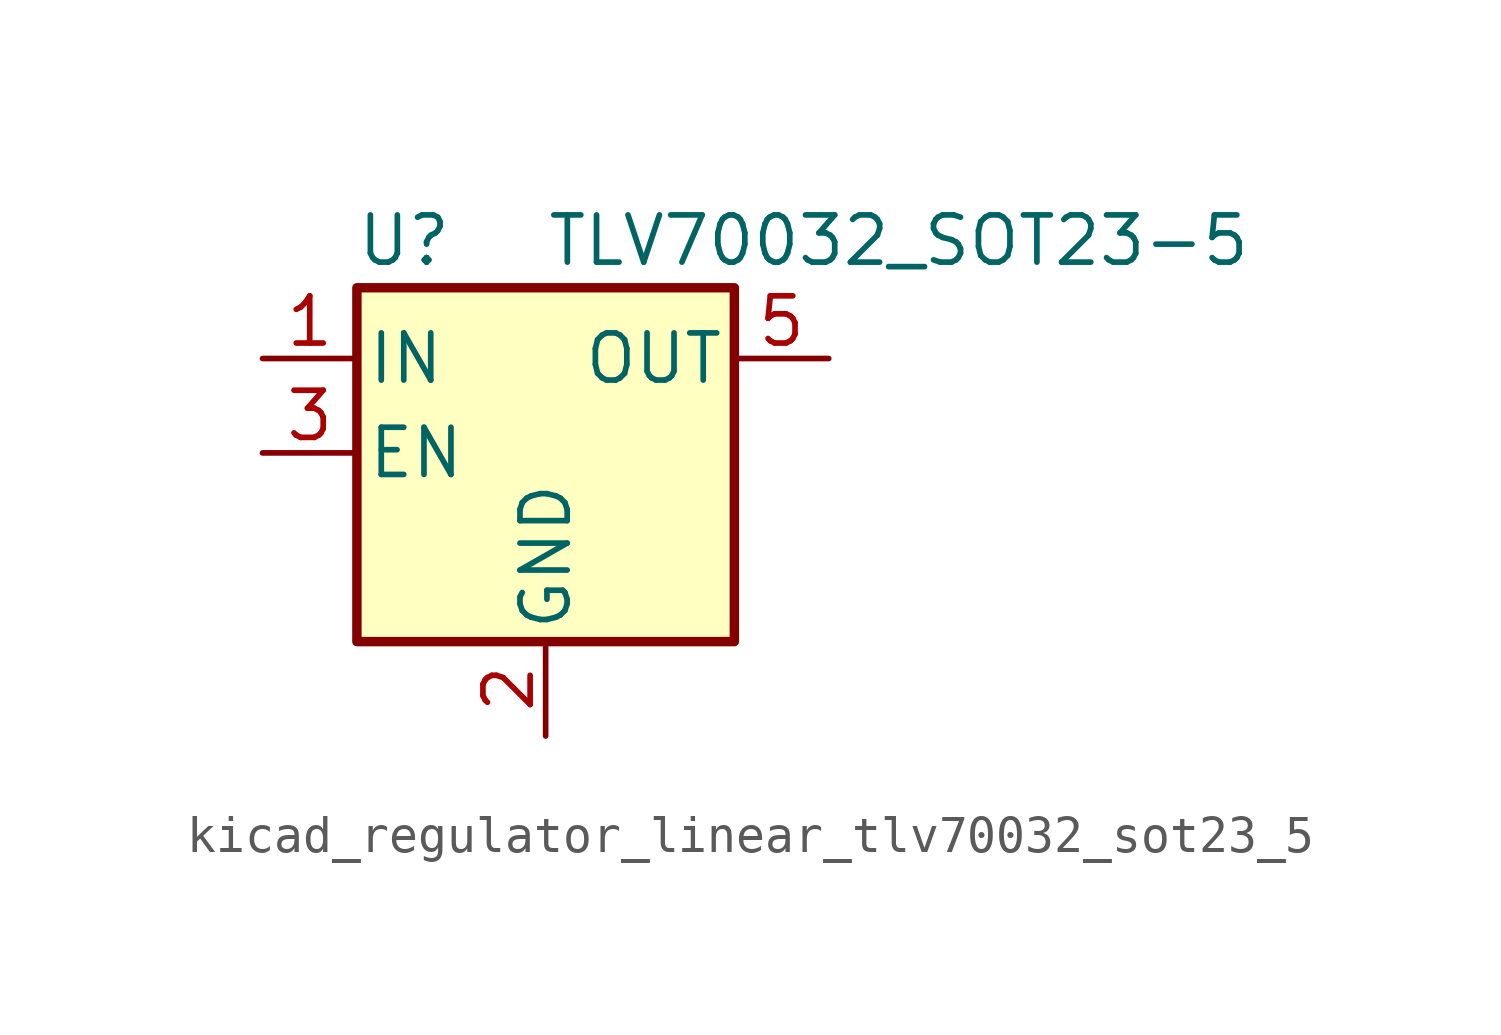
<source format=kicad_sym>
(kicad_symbol_lib
  (version 20220914)
  (generator kicad_symbol_editor)
  (symbol "kicad_regulator_linear_tlv70032_sot23_5"
    (pin_names
      (offset 0.254))
    (property "Reference" "U"
      (at -3.81 5.715 0)
      (effects (font (size 1.27 1.27))))
    (property "Value" "TLV70032_SOT23-5"
      (at 0 5.715 0)
      (effects (font (size 1.27 1.27)) (justify left)))
    (symbol "kicad_regulator_linear_tlv70032_sot23_5_0_1"
      (rectangle (start -5.08 4.445) (end 5.08 -5.08) (stroke (width 0.254) (type default)) (fill (type background))))
    (symbol "kicad_regulator_linear_tlv70032_sot23_5_1_1"
      (pin power_in line (at -7.62 2.54 0) (length 2.54) (name "IN" (effects (font (size 1.27 1.27)))) (number "1" (effects (font (size 1.27 1.27)))))
      (pin power_in line (at 0 -7.62 90) (length 2.54) (name "GND" (effects (font (size 1.27 1.27)))) (number "2" (effects (font (size 1.27 1.27)))))
      (pin input line (at -7.62 0 0) (length 2.54) (name "EN" (effects (font (size 1.27 1.27)))) (number "3" (effects (font (size 1.27 1.27)))))
      (pin no_connect line (at 5.08 0 180) (length 2.54) hide (name "NC" (effects (font (size 1.27 1.27)))) (number "4" (effects (font (size 1.27 1.27)))))
      (pin power_out line (at 7.62 2.54 180) (length 2.54) (name "OUT" (effects (font (size 1.27 1.27)))) (number "5" (effects (font (size 1.27 1.27))))))))
</source>
